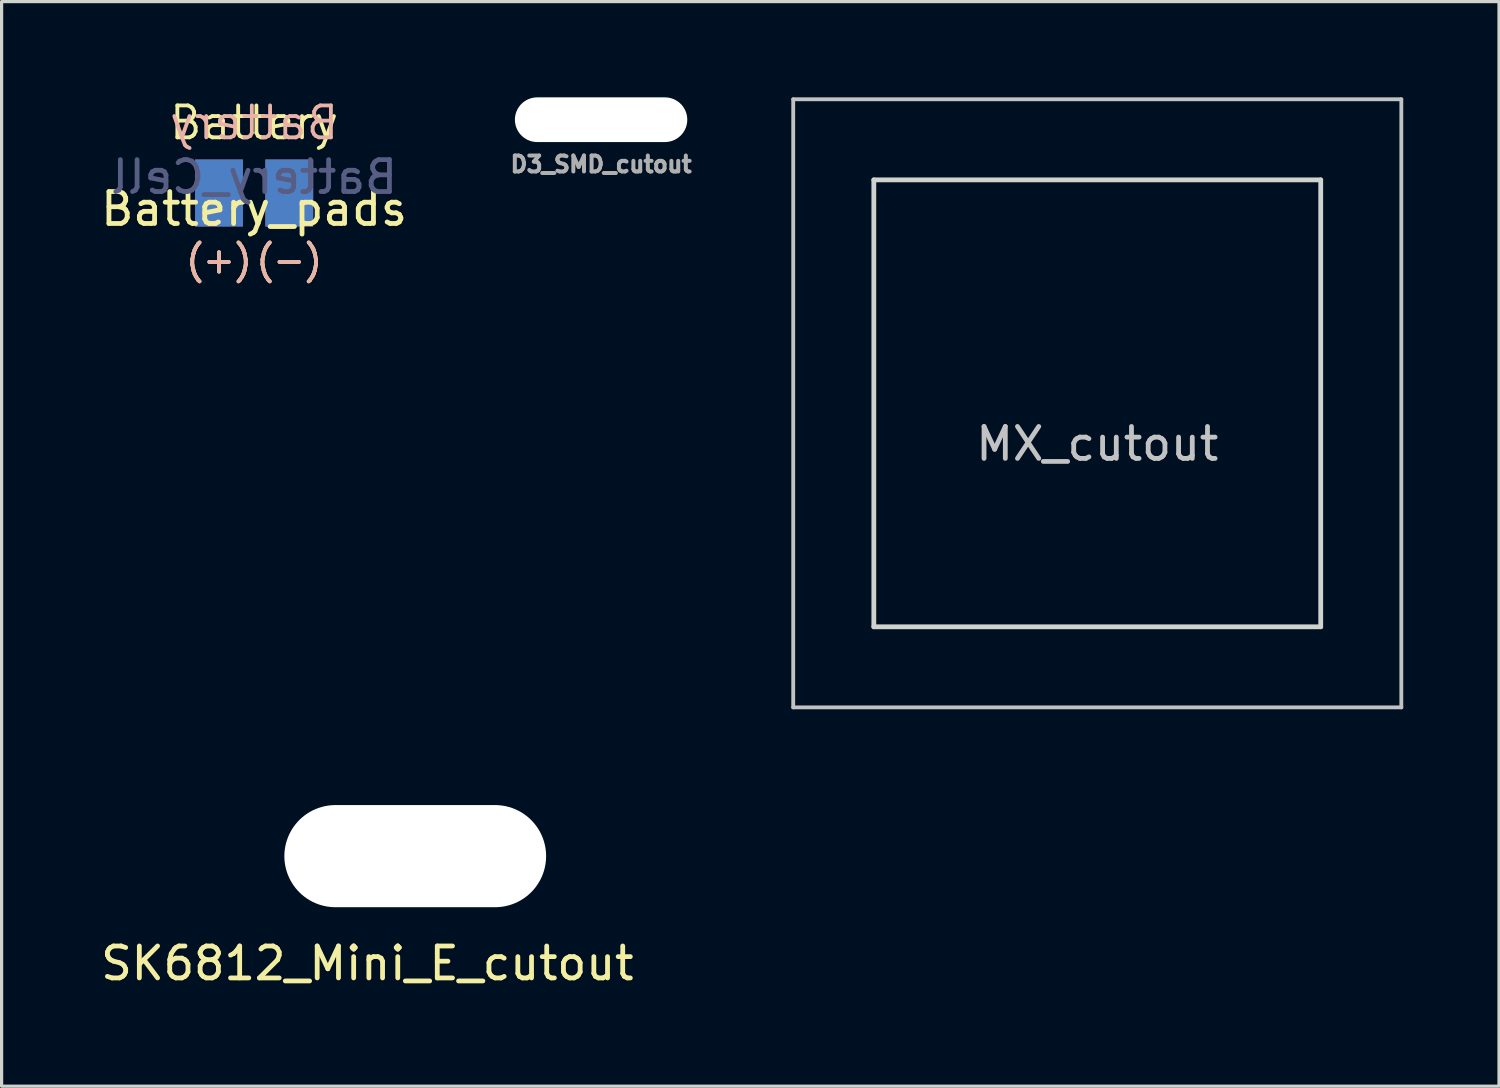
<source format=kicad_pcb>
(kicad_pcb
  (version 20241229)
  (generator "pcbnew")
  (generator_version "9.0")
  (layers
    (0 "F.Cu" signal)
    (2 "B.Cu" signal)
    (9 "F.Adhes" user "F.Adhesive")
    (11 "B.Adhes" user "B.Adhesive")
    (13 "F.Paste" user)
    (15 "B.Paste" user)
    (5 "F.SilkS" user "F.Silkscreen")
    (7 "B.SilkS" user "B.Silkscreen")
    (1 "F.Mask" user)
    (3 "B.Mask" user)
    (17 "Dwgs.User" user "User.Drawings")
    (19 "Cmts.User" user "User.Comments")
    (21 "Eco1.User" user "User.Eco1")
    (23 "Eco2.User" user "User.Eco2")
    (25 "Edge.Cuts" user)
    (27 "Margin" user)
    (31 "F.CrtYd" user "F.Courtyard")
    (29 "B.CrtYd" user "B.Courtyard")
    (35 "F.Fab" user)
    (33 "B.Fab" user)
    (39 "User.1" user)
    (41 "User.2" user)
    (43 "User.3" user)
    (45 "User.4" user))
  (footprint "MX_cutout"
    (layer "F.Cu")
    (at 31.324 9.585)
    (property "Reference" "MX_cutout" (at 0 1.27 0) (layer "Dwgs.User") (effects (font (size 1 1) (thickness 0.15))))
    (fp_line (start -9.525 -9.525) (end 9.525 -9.525) (stroke (width 0.12) (type solid)) (layer "Dwgs.User"))
    (fp_line (start -9.525 9.525) (end -9.525 -9.525) (stroke (width 0.12) (type solid)) (layer "Dwgs.User"))
    (fp_line (start 9.525 -9.525) (end 9.525 9.525) (stroke (width 0.12) (type solid)) (layer "Dwgs.User"))
    (fp_line (start 9.525 9.525) (end -9.525 9.525) (stroke (width 0.12) (type solid)) (layer "Dwgs.User"))
    (fp_line (start -7 -7) (end 7 -7) (stroke (width 0.15) (type solid)) (layer "Edge.Cuts"))
    (fp_line (start -7 7) (end -7 -7) (stroke (width 0.15) (type solid)) (layer "Edge.Cuts"))
    (fp_line (start -7 7) (end 7 7) (stroke (width 0.15) (type solid)) (layer "Edge.Cuts"))
    (fp_line (start 7 7) (end 7 -7) (stroke (width 0.15) (type solid)) (layer "Edge.Cuts")))
  (footprint "SK6812_Mini_E_cutout"
    (layer "F.Cu")
    (at 9.958 23.63)
    (property "Reference" "SK6812_Mini_E_cutout" (at -1.5 3.5 180) (layer "F.SilkS") (effects (font (size 1 1) (thickness 0.15))))
    (attr through_hole)
    (pad "" np_thru_hole oval (at 0 0.14) (size 8.2 3.2) (drill oval 8.2 3.2) (layers "*.Cu" "*.Mask")))
  (footprint "Battery_pads"
    (layer "F.Cu")
    (at 4.911 2.996)
    (property "Reference" "Battery_pads" (at 0 0.5 0) (layer "F.SilkS") (effects (font (size 1 1) (thickness 0.15))))
    (fp_poly (pts (xy -1.799 1) (xy -1.799 -1) (xy -0.399 -1) (xy -0.399 1)) (stroke (width 0.1) (type solid)) (fill yes) (layer "F.Mask"))
    (fp_poly (pts (xy 0.4 1) (xy 0.4 -1) (xy 1.8 -1) (xy 1.8 1)) (stroke (width 0.1) (type solid)) (fill yes) (layer "F.Mask"))
    (fp_poly (pts (xy -0.4 1) (xy -0.4 -1) (xy -1.8 -1) (xy -1.8 1)) (stroke (width 0.1) (type solid)) (fill yes) (layer "B.Mask"))
    (fp_poly (pts (xy 1.8 1) (xy 1.8 -1) (xy 0.4 -1) (xy 0.4 1)) (stroke (width 0.1) (type solid)) (fill yes) (layer "B.Mask"))
    (fp_text user "(+)" (at -1.1 2.1 0) (layer "F.SilkS") (effects (font (size 0.8 0.8) (thickness 0.12))))
    (fp_text user "(-)" (at 1.1 2.1 0) (layer "F.SilkS") (effects (font (size 0.8 0.8) (thickness 0.12))))
    (fp_text user "Battery" (at 0 -2.2 0) (layer "F.SilkS") (effects (font (size 1 1) (thickness 0.12))))
    (fp_text user "(-)" (at 1.1 2.1 180) (layer "B.SilkS") (effects (font (size 0.8 0.8) (thickness 0.12)) (justify mirror)))
    (fp_text user "(+)" (at -1.1 2.1 180) (layer "B.SilkS") (effects (font (size 0.8 0.8) (thickness 0.12)) (justify mirror)))
    (fp_text user "Battery" (at 0 -2.2 180) (layer "B.SilkS") (effects (font (size 1 1) (thickness 0.12)) (justify mirror)))
    (fp_text user "Battery_Cell" (at 0 -0.5 180) (layer "B.Fab") (effects (font (size 1 1) (thickness 0.15)) (justify mirror)))
    (pad "1" smd rect (at -1.1 0) (size 1.5 2.1) (layers "F.Cu"))
    (pad "1" smd rect (at -1.1 0 180) (size 1.5 2.1) (layers "B.Cu"))
    (pad "2" smd rect (at 1.1 0) (size 1.5 2.1) (layers "F.Cu"))
    (pad "2" smd rect (at 1.1 0 180) (size 1.5 2.1) (layers "B.Cu")))
  (footprint "D3_SMD_cutout"
    (layer "F.Cu")
    (at 15.78 0.7)
    (property "Reference" "D3_SMD_cutout" (at 0 1.397 180) (layer "F.Fab") (effects (font (size 0.5 0.5) (thickness 0.125))))
    (pad "" np_thru_hole oval (at 0 0) (size 5.4 1.4) (drill oval 5.4 1.4) (layers "*.Cu" "*.Mask")))
  (gr_rect
    (start -3 -3)
    (end 43.909 30.978)
    (stroke (width 0.1) (type default))
    (fill no)
    (layer "Edge.Cuts")))
</source>
